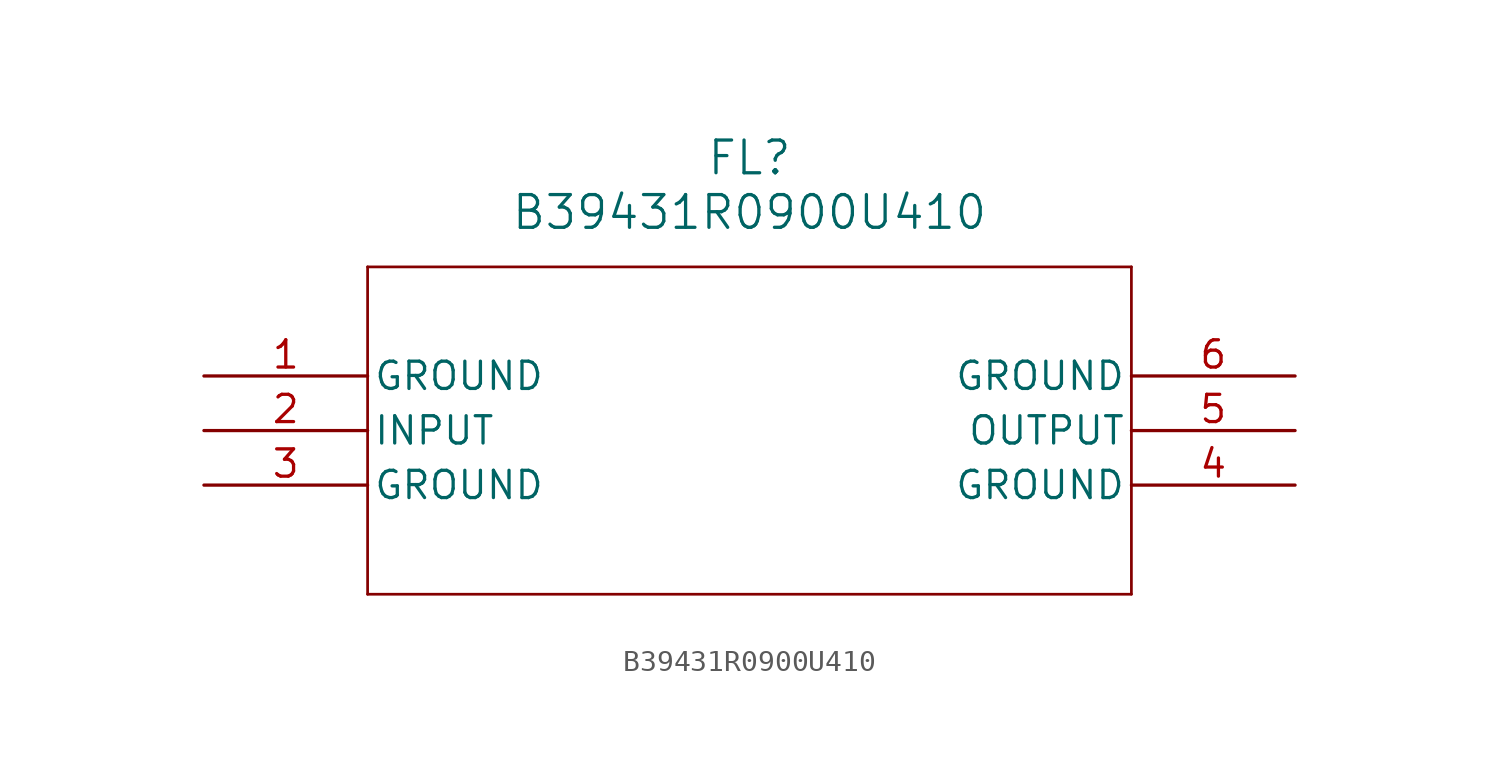
<source format=kicad_sym>
(kicad_symbol_lib
  (version 20211014)
  (generator kicad_symbol_editor)
  (symbol "B39431R0900U410"
    (pin_names
      (offset 0.254))
    (property "Reference" "FL"
      (at 25.4 10.16 0)
      (effects (font (size 1.524 1.524))))
    (property "Value" "B39431R0900U410"
      (at 25.4 7.62 0)
      (effects (font (size 1.524 1.524))))
    (symbol "B39431R0900U410_0_1"
      (polyline (pts (xy 7.62 5.08) (xy 7.62 -10.16)) (stroke (width 0.127) (type default) (color 0 0 0 0)) (fill (type none)))
      (polyline (pts (xy 7.62 -10.16) (xy 43.18 -10.16)) (stroke (width 0.127) (type default) (color 0 0 0 0)) (fill (type none)))
      (polyline (pts (xy 43.18 -10.16) (xy 43.18 5.08)) (stroke (width 0.127) (type default) (color 0 0 0 0)) (fill (type none)))
      (polyline (pts (xy 43.18 5.08) (xy 7.62 5.08)) (stroke (width 0.127) (type default) (color 0 0 0 0)) (fill (type none)))
      (pin power_out line (at 0 0 0) (length 7.62) (name "GROUND" (effects (font (size 1.27 1.27)))) (number "1" (effects (font (size 1.27 1.27)))))
      (pin input line (at 0 -2.54 0) (length 7.62) (name "INPUT" (effects (font (size 1.27 1.27)))) (number "2" (effects (font (size 1.27 1.27)))))
      (pin power_out line (at 0 -5.08 0) (length 7.62) (name "GROUND" (effects (font (size 1.27 1.27)))) (number "3" (effects (font (size 1.27 1.27)))))
      (pin power_out line (at 50.8 -5.08 180) (length 7.62) (name "GROUND" (effects (font (size 1.27 1.27)))) (number "4" (effects (font (size 1.27 1.27)))))
      (pin output line (at 50.8 -2.54 180) (length 7.62) (name "OUTPUT" (effects (font (size 1.27 1.27)))) (number "5" (effects (font (size 1.27 1.27)))))
      (pin power_out line (at 50.8 0 180) (length 7.62) (name "GROUND" (effects (font (size 1.27 1.27)))) (number "6" (effects (font (size 1.27 1.27))))))))
</source>
